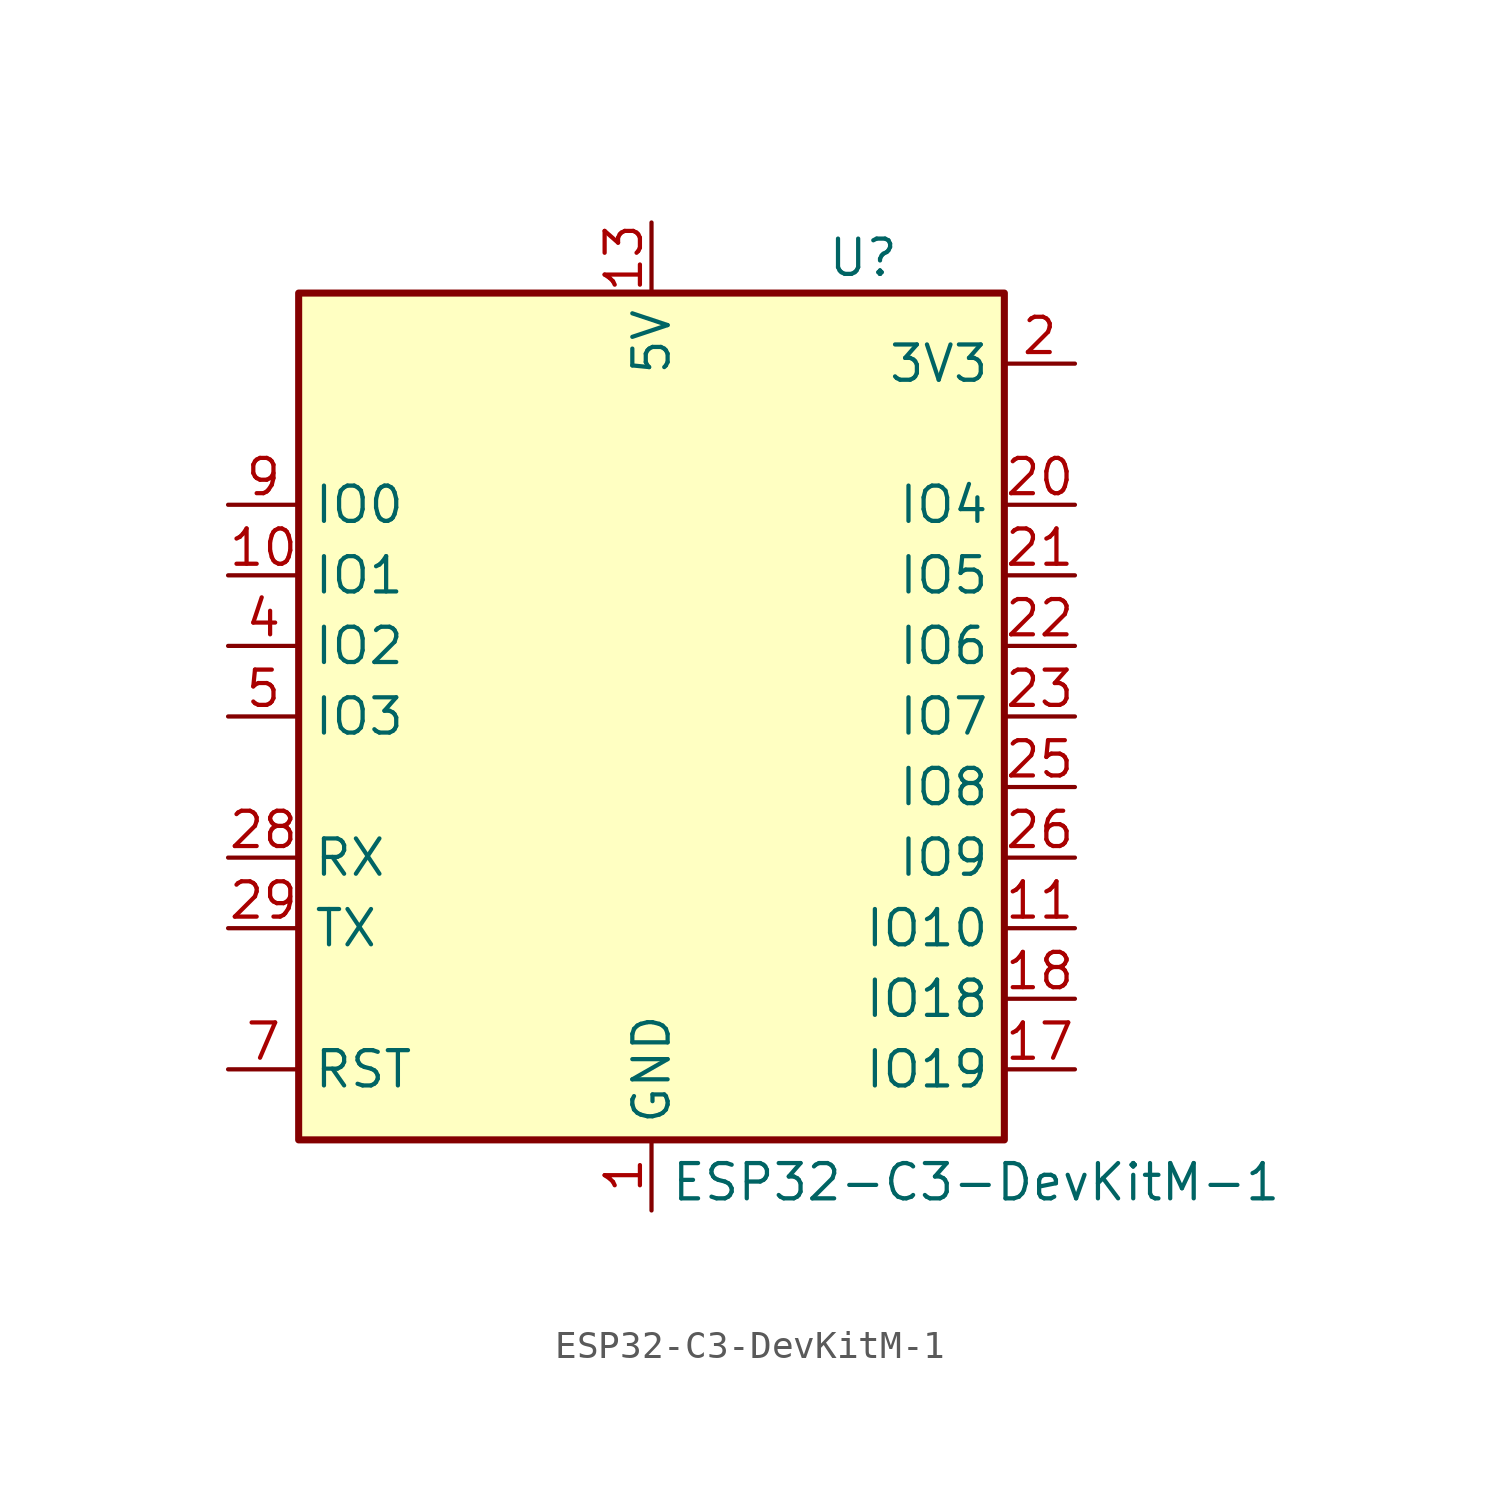
<source format=kicad_sym>
(kicad_symbol_lib
  (version 20231120)
  (generator "kicad_symbol_editor")
  (generator_version "8.0")
  (symbol "ESP32-C3-DevKitM-1"
    (property "Reference" "U"
      (at 7.62 16.51 0)
      (effects (font (size 1.27 1.27))))
    (property "Value" "ESP32-C3-DevKitM-1"
      (at 11.684 -16.764 0)
      (effects (font (size 1.27 1.27))))
    (symbol "ESP32-C3-DevKitM-1_1_1"
      (rectangle (start -12.7 15.24) (end 12.7 -15.24) (stroke (width 0.254) (type default)) (fill (type background)))
      (pin power_in line (at 0 -17.78 90) (length 2.54) (name "GND" (effects (font (size 1.27 1.27)))) (number "1" (effects (font (size 1.27 1.27)))))
      (pin bidirectional line (at -15.24 5.08 0) (length 2.54) (name "IO1" (effects (font (size 1.27 1.27)))) (number "10" (effects (font (size 1.27 1.27)))) (alternate "ADC1_CH1" passive line) (alternate "XTAL_32K_N" passive line))
      (pin bidirectional line (at 15.24 -7.62 180) (length 2.54) (name "IO10" (effects (font (size 1.27 1.27)))) (number "11" (effects (font (size 1.27 1.27)))) (alternate "FSPICS0" passive line))
      (pin passive line (at 0 -17.78 90) (length 2.54) hide (name "GND" (effects (font (size 1.27 1.27)))) (number "12" (effects (font (size 1.27 1.27)))))
      (pin passive line (at 0 17.78 270) (length 2.54) (name "5V" (effects (font (size 1.27 1.27)))) (number "13" (effects (font (size 1.27 1.27)))))
      (pin passive line (at 0 17.78 270) (length 2.54) hide (name "5V" (effects (font (size 1.27 1.27)))) (number "14" (effects (font (size 1.27 1.27)))))
      (pin passive line (at 0 -17.78 90) (length 2.54) hide (name "GND" (effects (font (size 1.27 1.27)))) (number "15" (effects (font (size 1.27 1.27)))))
      (pin passive line (at 0 -17.78 90) (length 2.54) hide (name "GND" (effects (font (size 1.27 1.27)))) (number "16" (effects (font (size 1.27 1.27)))))
      (pin bidirectional line (at 15.24 -12.7 180) (length 2.54) (name "IO19" (effects (font (size 1.27 1.27)))) (number "17" (effects (font (size 1.27 1.27)))) (alternate "USB_D+" passive line))
      (pin bidirectional line (at 15.24 -10.16 180) (length 2.54) (name "IO18" (effects (font (size 1.27 1.27)))) (number "18" (effects (font (size 1.27 1.27)))) (alternate "USB_D-" passive line))
      (pin passive line (at 0 -17.78 90) (length 2.54) hide (name "GND" (effects (font (size 1.27 1.27)))) (number "19" (effects (font (size 1.27 1.27)))))
      (pin power_out line (at 15.24 12.7 180) (length 2.54) (name "3V3" (effects (font (size 1.27 1.27)))) (number "2" (effects (font (size 1.27 1.27)))))
      (pin bidirectional line (at 15.24 7.62 180) (length 2.54) (name "IO4" (effects (font (size 1.27 1.27)))) (number "20" (effects (font (size 1.27 1.27)))) (alternate "ADC1_CH4" passive line) (alternate "FSPIHD" passive line) (alternate "MTMS" passive line))
      (pin bidirectional line (at 15.24 5.08 180) (length 2.54) (name "IO5" (effects (font (size 1.27 1.27)))) (number "21" (effects (font (size 1.27 1.27)))) (alternate "ADC2_CH0" passive line) (alternate "FSPIWP" passive line) (alternate "MTDI" passive line))
      (pin bidirectional line (at 15.24 2.54 180) (length 2.54) (name "IO6" (effects (font (size 1.27 1.27)))) (number "22" (effects (font (size 1.27 1.27)))) (alternate "FSPICLK" passive line) (alternate "MTCK" passive line))
      (pin bidirectional line (at 15.24 0 180) (length 2.54) (name "IO7" (effects (font (size 1.27 1.27)))) (number "23" (effects (font (size 1.27 1.27)))) (alternate "FSPID" passive line) (alternate "MTDO" passive line))
      (pin passive line (at 0 -17.78 90) (length 2.54) hide (name "GND" (effects (font (size 1.27 1.27)))) (number "24" (effects (font (size 1.27 1.27)))))
      (pin bidirectional line (at 15.24 -2.54 180) (length 2.54) (name "IO8" (effects (font (size 1.27 1.27)))) (number "25" (effects (font (size 1.27 1.27)))))
      (pin bidirectional line (at 15.24 -5.08 180) (length 2.54) (name "IO9" (effects (font (size 1.27 1.27)))) (number "26" (effects (font (size 1.27 1.27)))))
      (pin passive line (at 0 -17.78 90) (length 2.54) hide (name "GND" (effects (font (size 1.27 1.27)))) (number "27" (effects (font (size 1.27 1.27)))))
      (pin input line (at -15.24 -5.08 0) (length 2.54) (name "RX" (effects (font (size 1.27 1.27)))) (number "28" (effects (font (size 1.27 1.27)))) (alternate "IO20" passive line))
      (pin output line (at -15.24 -7.62 0) (length 2.54) (name "TX" (effects (font (size 1.27 1.27)))) (number "29" (effects (font (size 1.27 1.27)))) (alternate "IO21" passive line))
      (pin passive line (at 15.24 12.7 180) (length 2.54) hide (name "3V3" (effects (font (size 1.27 1.27)))) (number "3" (effects (font (size 1.27 1.27)))))
      (pin passive line (at 0 -17.78 90) (length 2.54) hide (name "GND" (effects (font (size 1.27 1.27)))) (number "30" (effects (font (size 1.27 1.27)))))
      (pin bidirectional line (at -15.24 2.54 0) (length 2.54) (name "IO2" (effects (font (size 1.27 1.27)))) (number "4" (effects (font (size 1.27 1.27)))) (alternate "ADC1_CH0" passive line) (alternate "FSPIQ" passive line))
      (pin bidirectional line (at -15.24 0 0) (length 2.54) (name "IO3" (effects (font (size 1.27 1.27)))) (number "5" (effects (font (size 1.27 1.27)))) (alternate "ADC1_CH3" passive line))
      (pin passive line (at 0 -17.78 90) (length 2.54) hide (name "GND" (effects (font (size 1.27 1.27)))) (number "6" (effects (font (size 1.27 1.27)))))
      (pin input line (at -15.24 -12.7 0) (length 2.54) (name "RST" (effects (font (size 1.27 1.27)))) (number "7" (effects (font (size 1.27 1.27)))))
      (pin passive line (at 0 -17.78 90) (length 2.54) hide (name "GND" (effects (font (size 1.27 1.27)))) (number "8" (effects (font (size 1.27 1.27)))))
      (pin bidirectional line (at -15.24 7.62 0) (length 2.54) (name "IO0" (effects (font (size 1.27 1.27)))) (number "9" (effects (font (size 1.27 1.27)))) (alternate "ADC1_CH0" passive line) (alternate "XTAL_32K_P" passive line)))))
</source>
